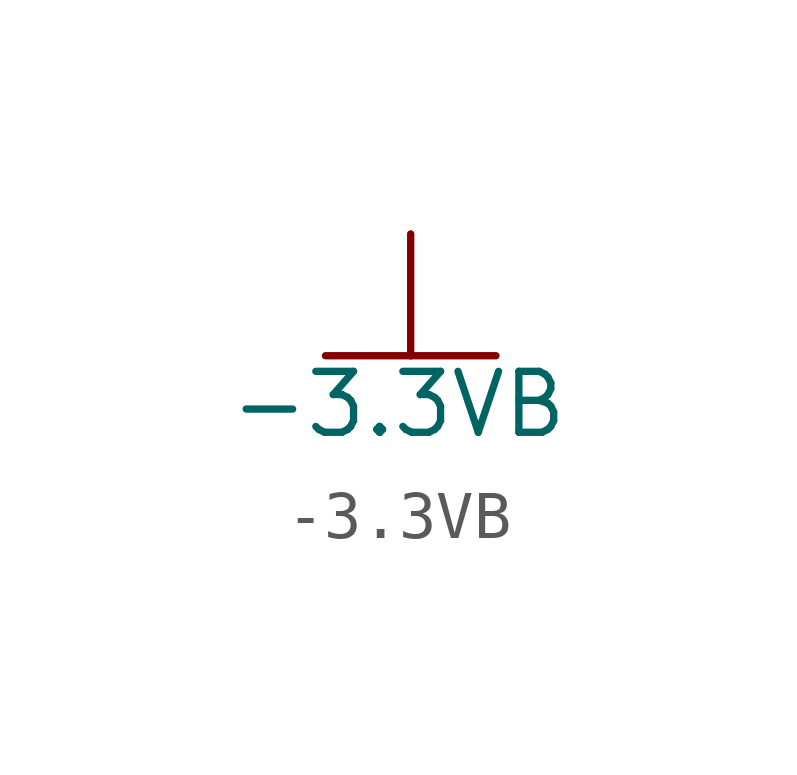
<source format=kicad_sym>
(kicad_symbol_lib
  (version 20231120)
  (generator "kicad_symbol_editor")
  (generator_version "8.0")
  (symbol "-3.3VB"
    (power)
    (pin_numbers hide)
    (pin_names
      (offset 0) hide)
    (property "Reference" "#PWR"
      (at 0 -7.112 0)
      (effects (font (size 1.27 1.27)) (hide yes)))
    (property "Value" "-3.3VB"
      (at -0.254 -3.556 0)
      (effects (font (size 1.27 1.27))))
    (property "Footprint" ""
      (at 0 0 0)
      (effects (font (size 1.524 1.524))))
    (property "Datasheet" ""
      (at 0 0 0)
      (effects (font (size 1.524 1.524))))
    (symbol "-3.3VB_0_1"
      (polyline (pts (xy -1.778 -2.54) (xy 0 -2.54)) (stroke (width 0) (type default)) (fill (type none)))
      (polyline (pts (xy 0 -2.54) (xy 0 0)) (stroke (width 0) (type default)) (fill (type none)))
      (polyline (pts (xy 0 -2.54) (xy 1.778 -2.54)) (stroke (width 0) (type default)) (fill (type none))))
    (symbol "-3.3VB_1_1"
      (pin power_in line (at 0 0 270) (length 0) hide (name "-3.3VB" (effects (font (size 1.27 1.27)))) (number "1" (effects (font (size 1.27 1.27))))))))
</source>
